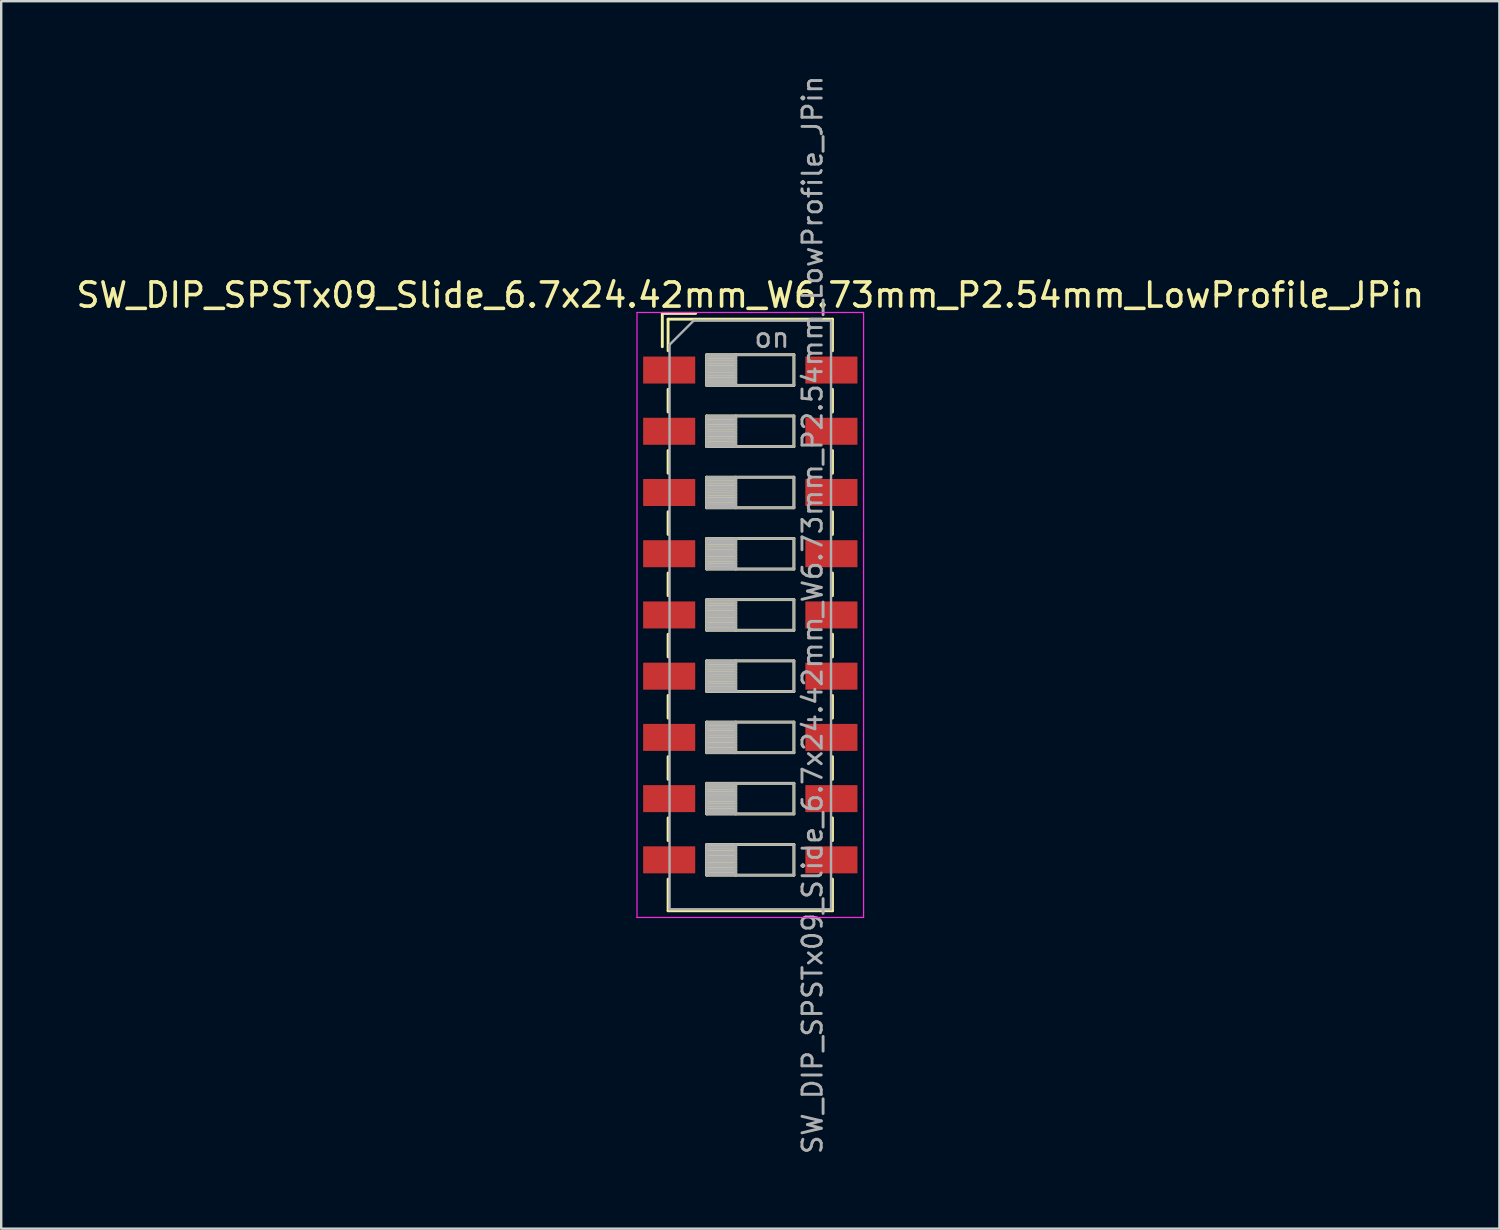
<source format=kicad_pcb>
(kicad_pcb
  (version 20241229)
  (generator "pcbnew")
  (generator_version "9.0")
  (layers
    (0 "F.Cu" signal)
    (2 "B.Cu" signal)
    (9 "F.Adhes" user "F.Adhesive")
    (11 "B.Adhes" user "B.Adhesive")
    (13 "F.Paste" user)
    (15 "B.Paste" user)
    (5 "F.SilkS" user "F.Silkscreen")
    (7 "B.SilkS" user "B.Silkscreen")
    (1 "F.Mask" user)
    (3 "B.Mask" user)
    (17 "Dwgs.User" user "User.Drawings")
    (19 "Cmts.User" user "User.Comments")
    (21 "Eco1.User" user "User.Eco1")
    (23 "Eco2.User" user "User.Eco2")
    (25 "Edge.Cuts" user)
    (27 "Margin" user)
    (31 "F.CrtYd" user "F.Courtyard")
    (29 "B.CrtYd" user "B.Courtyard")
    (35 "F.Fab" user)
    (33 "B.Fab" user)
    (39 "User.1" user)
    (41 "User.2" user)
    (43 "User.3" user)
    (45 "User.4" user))
  (footprint "SW_DIP_SPSTx09_Slide_6.7x24.42mm_W6.73mm_P2.54mm_LowProfile_JPin"
    (layer "F.Cu")
    (at 28.077 22.462)
    (property "Reference" "SW_DIP_SPSTx09_Slide_6.7x24.42mm_W6.73mm_P2.54mm_LowProfile_JPin" (at 0 -13.27 0) (layer "F.SilkS") (effects (font (size 1 1) (thickness 0.15))))
    (attr smd)
    (fp_line (start -3.65 -12.51) (end -3.65 -11.127) (stroke (width 0.12) (type solid)) (layer "F.SilkS"))
    (fp_line (start -3.65 -12.51) (end -2.267 -12.51) (stroke (width 0.12) (type solid)) (layer "F.SilkS"))
    (fp_line (start -3.41 -12.27) (end -3.41 -10.96) (stroke (width 0.12) (type solid)) (layer "F.SilkS"))
    (fp_line (start -3.41 -12.27) (end 3.41 -12.27) (stroke (width 0.12) (type solid)) (layer "F.SilkS"))
    (fp_line (start -3.41 -9.36) (end -3.41 -8.42) (stroke (width 0.12) (type solid)) (layer "F.SilkS"))
    (fp_line (start -3.41 -6.82) (end -3.41 -5.88) (stroke (width 0.12) (type solid)) (layer "F.SilkS"))
    (fp_line (start -3.41 -4.28) (end -3.41 -3.34) (stroke (width 0.12) (type solid)) (layer "F.SilkS"))
    (fp_line (start -3.41 -1.74) (end -3.41 -0.8) (stroke (width 0.12) (type solid)) (layer "F.SilkS"))
    (fp_line (start -3.41 0.8) (end -3.41 1.74) (stroke (width 0.12) (type solid)) (layer "F.SilkS"))
    (fp_line (start -3.41 3.34) (end -3.41 4.28) (stroke (width 0.12) (type solid)) (layer "F.SilkS"))
    (fp_line (start -3.41 5.88) (end -3.41 6.82) (stroke (width 0.12) (type solid)) (layer "F.SilkS"))
    (fp_line (start -3.41 8.42) (end -3.41 9.36) (stroke (width 0.12) (type solid)) (layer "F.SilkS"))
    (fp_line (start -3.41 10.96) (end -3.41 12.271) (stroke (width 0.12) (type solid)) (layer "F.SilkS"))
    (fp_line (start -3.41 12.271) (end 3.41 12.271) (stroke (width 0.12) (type solid)) (layer "F.SilkS"))
    (fp_line (start -1.81 -10.795) (end -1.81 -9.525) (stroke (width 0.12) (type solid)) (layer "F.SilkS"))
    (fp_line (start -1.81 -10.675) (end -0.603 -10.675) (stroke (width 0.12) (type solid)) (layer "F.SilkS"))
    (fp_line (start -1.81 -10.555) (end -0.603 -10.555) (stroke (width 0.12) (type solid)) (layer "F.SilkS"))
    (fp_line (start -1.81 -10.435) (end -0.603 -10.435) (stroke (width 0.12) (type solid)) (layer "F.SilkS"))
    (fp_line (start -1.81 -10.315) (end -0.603 -10.315) (stroke (width 0.12) (type solid)) (layer "F.SilkS"))
    (fp_line (start -1.81 -10.195) (end -0.603 -10.195) (stroke (width 0.12) (type solid)) (layer "F.SilkS"))
    (fp_line (start -1.81 -10.075) (end -0.603 -10.075) (stroke (width 0.12) (type solid)) (layer "F.SilkS"))
    (fp_line (start -1.81 -9.955) (end -0.603 -9.955) (stroke (width 0.12) (type solid)) (layer "F.SilkS"))
    (fp_line (start -1.81 -9.835) (end -0.603 -9.835) (stroke (width 0.12) (type solid)) (layer "F.SilkS"))
    (fp_line (start -1.81 -9.715) (end -0.603 -9.715) (stroke (width 0.12) (type solid)) (layer "F.SilkS"))
    (fp_line (start -1.81 -9.595) (end -0.603 -9.595) (stroke (width 0.12) (type solid)) (layer "F.SilkS"))
    (fp_line (start -1.81 -9.525) (end 1.81 -9.525) (stroke (width 0.12) (type solid)) (layer "F.SilkS"))
    (fp_line (start -1.81 -8.255) (end -1.81 -6.985) (stroke (width 0.12) (type solid)) (layer "F.SilkS"))
    (fp_line (start -1.81 -8.135) (end -0.603 -8.135) (stroke (width 0.12) (type solid)) (layer "F.SilkS"))
    (fp_line (start -1.81 -8.015) (end -0.603 -8.015) (stroke (width 0.12) (type solid)) (layer "F.SilkS"))
    (fp_line (start -1.81 -7.895) (end -0.603 -7.895) (stroke (width 0.12) (type solid)) (layer "F.SilkS"))
    (fp_line (start -1.81 -7.775) (end -0.603 -7.775) (stroke (width 0.12) (type solid)) (layer "F.SilkS"))
    (fp_line (start -1.81 -7.655) (end -0.603 -7.655) (stroke (width 0.12) (type solid)) (layer "F.SilkS"))
    (fp_line (start -1.81 -7.535) (end -0.603 -7.535) (stroke (width 0.12) (type solid)) (layer "F.SilkS"))
    (fp_line (start -1.81 -7.415) (end -0.603 -7.415) (stroke (width 0.12) (type solid)) (layer "F.SilkS"))
    (fp_line (start -1.81 -7.295) (end -0.603 -7.295) (stroke (width 0.12) (type solid)) (layer "F.SilkS"))
    (fp_line (start -1.81 -7.175) (end -0.603 -7.175) (stroke (width 0.12) (type solid)) (layer "F.SilkS"))
    (fp_line (start -1.81 -7.055) (end -0.603 -7.055) (stroke (width 0.12) (type solid)) (layer "F.SilkS"))
    (fp_line (start -1.81 -6.985) (end 1.81 -6.985) (stroke (width 0.12) (type solid)) (layer "F.SilkS"))
    (fp_line (start -1.81 -5.715) (end -1.81 -4.445) (stroke (width 0.12) (type solid)) (layer "F.SilkS"))
    (fp_line (start -1.81 -5.595) (end -0.603 -5.595) (stroke (width 0.12) (type solid)) (layer "F.SilkS"))
    (fp_line (start -1.81 -5.475) (end -0.603 -5.475) (stroke (width 0.12) (type solid)) (layer "F.SilkS"))
    (fp_line (start -1.81 -5.355) (end -0.603 -5.355) (stroke (width 0.12) (type solid)) (layer "F.SilkS"))
    (fp_line (start -1.81 -5.235) (end -0.603 -5.235) (stroke (width 0.12) (type solid)) (layer "F.SilkS"))
    (fp_line (start -1.81 -5.115) (end -0.603 -5.115) (stroke (width 0.12) (type solid)) (layer "F.SilkS"))
    (fp_line (start -1.81 -4.995) (end -0.603 -4.995) (stroke (width 0.12) (type solid)) (layer "F.SilkS"))
    (fp_line (start -1.81 -4.875) (end -0.603 -4.875) (stroke (width 0.12) (type solid)) (layer "F.SilkS"))
    (fp_line (start -1.81 -4.755) (end -0.603 -4.755) (stroke (width 0.12) (type solid)) (layer "F.SilkS"))
    (fp_line (start -1.81 -4.635) (end -0.603 -4.635) (stroke (width 0.12) (type solid)) (layer "F.SilkS"))
    (fp_line (start -1.81 -4.515) (end -0.603 -4.515) (stroke (width 0.12) (type solid)) (layer "F.SilkS"))
    (fp_line (start -1.81 -4.445) (end 1.81 -4.445) (stroke (width 0.12) (type solid)) (layer "F.SilkS"))
    (fp_line (start -1.81 -3.175) (end -1.81 -1.905) (stroke (width 0.12) (type solid)) (layer "F.SilkS"))
    (fp_line (start -1.81 -3.055) (end -0.603 -3.055) (stroke (width 0.12) (type solid)) (layer "F.SilkS"))
    (fp_line (start -1.81 -2.935) (end -0.603 -2.935) (stroke (width 0.12) (type solid)) (layer "F.SilkS"))
    (fp_line (start -1.81 -2.815) (end -0.603 -2.815) (stroke (width 0.12) (type solid)) (layer "F.SilkS"))
    (fp_line (start -1.81 -2.695) (end -0.603 -2.695) (stroke (width 0.12) (type solid)) (layer "F.SilkS"))
    (fp_line (start -1.81 -2.575) (end -0.603 -2.575) (stroke (width 0.12) (type solid)) (layer "F.SilkS"))
    (fp_line (start -1.81 -2.455) (end -0.603 -2.455) (stroke (width 0.12) (type solid)) (layer "F.SilkS"))
    (fp_line (start -1.81 -2.335) (end -0.603 -2.335) (stroke (width 0.12) (type solid)) (layer "F.SilkS"))
    (fp_line (start -1.81 -2.215) (end -0.603 -2.215) (stroke (width 0.12) (type solid)) (layer "F.SilkS"))
    (fp_line (start -1.81 -2.095) (end -0.603 -2.095) (stroke (width 0.12) (type solid)) (layer "F.SilkS"))
    (fp_line (start -1.81 -1.975) (end -0.603 -1.975) (stroke (width 0.12) (type solid)) (layer "F.SilkS"))
    (fp_line (start -1.81 -1.905) (end 1.81 -1.905) (stroke (width 0.12) (type solid)) (layer "F.SilkS"))
    (fp_line (start -1.81 -0.635) (end -1.81 0.635) (stroke (width 0.12) (type solid)) (layer "F.SilkS"))
    (fp_line (start -1.81 -0.515) (end -0.603 -0.515) (stroke (width 0.12) (type solid)) (layer "F.SilkS"))
    (fp_line (start -1.81 -0.395) (end -0.603 -0.395) (stroke (width 0.12) (type solid)) (layer "F.SilkS"))
    (fp_line (start -1.81 -0.275) (end -0.603 -0.275) (stroke (width 0.12) (type solid)) (layer "F.SilkS"))
    (fp_line (start -1.81 -0.155) (end -0.603 -0.155) (stroke (width 0.12) (type solid)) (layer "F.SilkS"))
    (fp_line (start -1.81 -0.035) (end -0.603 -0.035) (stroke (width 0.12) (type solid)) (layer "F.SilkS"))
    (fp_line (start -1.81 0.085) (end -0.603 0.085) (stroke (width 0.12) (type solid)) (layer "F.SilkS"))
    (fp_line (start -1.81 0.205) (end -0.603 0.205) (stroke (width 0.12) (type solid)) (layer "F.SilkS"))
    (fp_line (start -1.81 0.325) (end -0.603 0.325) (stroke (width 0.12) (type solid)) (layer "F.SilkS"))
    (fp_line (start -1.81 0.445) (end -0.603 0.445) (stroke (width 0.12) (type solid)) (layer "F.SilkS"))
    (fp_line (start -1.81 0.565) (end -0.603 0.565) (stroke (width 0.12) (type solid)) (layer "F.SilkS"))
    (fp_line (start -1.81 0.635) (end 1.81 0.635) (stroke (width 0.12) (type solid)) (layer "F.SilkS"))
    (fp_line (start -1.81 1.905) (end -1.81 3.175) (stroke (width 0.12) (type solid)) (layer "F.SilkS"))
    (fp_line (start -1.81 2.025) (end -0.603 2.025) (stroke (width 0.12) (type solid)) (layer "F.SilkS"))
    (fp_line (start -1.81 2.145) (end -0.603 2.145) (stroke (width 0.12) (type solid)) (layer "F.SilkS"))
    (fp_line (start -1.81 2.265) (end -0.603 2.265) (stroke (width 0.12) (type solid)) (layer "F.SilkS"))
    (fp_line (start -1.81 2.385) (end -0.603 2.385) (stroke (width 0.12) (type solid)) (layer "F.SilkS"))
    (fp_line (start -1.81 2.505) (end -0.603 2.505) (stroke (width 0.12) (type solid)) (layer "F.SilkS"))
    (fp_line (start -1.81 2.625) (end -0.603 2.625) (stroke (width 0.12) (type solid)) (layer "F.SilkS"))
    (fp_line (start -1.81 2.745) (end -0.603 2.745) (stroke (width 0.12) (type solid)) (layer "F.SilkS"))
    (fp_line (start -1.81 2.865) (end -0.603 2.865) (stroke (width 0.12) (type solid)) (layer "F.SilkS"))
    (fp_line (start -1.81 2.985) (end -0.603 2.985) (stroke (width 0.12) (type solid)) (layer "F.SilkS"))
    (fp_line (start -1.81 3.105) (end -0.603 3.105) (stroke (width 0.12) (type solid)) (layer "F.SilkS"))
    (fp_line (start -1.81 3.175) (end 1.81 3.175) (stroke (width 0.12) (type solid)) (layer "F.SilkS"))
    (fp_line (start -1.81 4.445) (end -1.81 5.715) (stroke (width 0.12) (type solid)) (layer "F.SilkS"))
    (fp_line (start -1.81 4.565) (end -0.603 4.565) (stroke (width 0.12) (type solid)) (layer "F.SilkS"))
    (fp_line (start -1.81 4.685) (end -0.603 4.685) (stroke (width 0.12) (type solid)) (layer "F.SilkS"))
    (fp_line (start -1.81 4.805) (end -0.603 4.805) (stroke (width 0.12) (type solid)) (layer "F.SilkS"))
    (fp_line (start -1.81 4.925) (end -0.603 4.925) (stroke (width 0.12) (type solid)) (layer "F.SilkS"))
    (fp_line (start -1.81 5.045) (end -0.603 5.045) (stroke (width 0.12) (type solid)) (layer "F.SilkS"))
    (fp_line (start -1.81 5.165) (end -0.603 5.165) (stroke (width 0.12) (type solid)) (layer "F.SilkS"))
    (fp_line (start -1.81 5.285) (end -0.603 5.285) (stroke (width 0.12) (type solid)) (layer "F.SilkS"))
    (fp_line (start -1.81 5.405) (end -0.603 5.405) (stroke (width 0.12) (type solid)) (layer "F.SilkS"))
    (fp_line (start -1.81 5.525) (end -0.603 5.525) (stroke (width 0.12) (type solid)) (layer "F.SilkS"))
    (fp_line (start -1.81 5.645) (end -0.603 5.645) (stroke (width 0.12) (type solid)) (layer "F.SilkS"))
    (fp_line (start -1.81 5.715) (end 1.81 5.715) (stroke (width 0.12) (type solid)) (layer "F.SilkS"))
    (fp_line (start -1.81 6.985) (end -1.81 8.255) (stroke (width 0.12) (type solid)) (layer "F.SilkS"))
    (fp_line (start -1.81 7.105) (end -0.603 7.105) (stroke (width 0.12) (type solid)) (layer "F.SilkS"))
    (fp_line (start -1.81 7.225) (end -0.603 7.225) (stroke (width 0.12) (type solid)) (layer "F.SilkS"))
    (fp_line (start -1.81 7.345) (end -0.603 7.345) (stroke (width 0.12) (type solid)) (layer "F.SilkS"))
    (fp_line (start -1.81 7.465) (end -0.603 7.465) (stroke (width 0.12) (type solid)) (layer "F.SilkS"))
    (fp_line (start -1.81 7.585) (end -0.603 7.585) (stroke (width 0.12) (type solid)) (layer "F.SilkS"))
    (fp_line (start -1.81 7.705) (end -0.603 7.705) (stroke (width 0.12) (type solid)) (layer "F.SilkS"))
    (fp_line (start -1.81 7.825) (end -0.603 7.825) (stroke (width 0.12) (type solid)) (layer "F.SilkS"))
    (fp_line (start -1.81 7.945) (end -0.603 7.945) (stroke (width 0.12) (type solid)) (layer "F.SilkS"))
    (fp_line (start -1.81 8.065) (end -0.603 8.065) (stroke (width 0.12) (type solid)) (layer "F.SilkS"))
    (fp_line (start -1.81 8.185) (end -0.603 8.185) (stroke (width 0.12) (type solid)) (layer "F.SilkS"))
    (fp_line (start -1.81 8.255) (end 1.81 8.255) (stroke (width 0.12) (type solid)) (layer "F.SilkS"))
    (fp_line (start -1.81 9.525) (end -1.81 10.795) (stroke (width 0.12) (type solid)) (layer "F.SilkS"))
    (fp_line (start -1.81 9.645) (end -0.603 9.645) (stroke (width 0.12) (type solid)) (layer "F.SilkS"))
    (fp_line (start -1.81 9.765) (end -0.603 9.765) (stroke (width 0.12) (type solid)) (layer "F.SilkS"))
    (fp_line (start -1.81 9.885) (end -0.603 9.885) (stroke (width 0.12) (type solid)) (layer "F.SilkS"))
    (fp_line (start -1.81 10.005) (end -0.603 10.005) (stroke (width 0.12) (type solid)) (layer "F.SilkS"))
    (fp_line (start -1.81 10.125) (end -0.603 10.125) (stroke (width 0.12) (type solid)) (layer "F.SilkS"))
    (fp_line (start -1.81 10.245) (end -0.603 10.245) (stroke (width 0.12) (type solid)) (layer "F.SilkS"))
    (fp_line (start -1.81 10.365) (end -0.603 10.365) (stroke (width 0.12) (type solid)) (layer "F.SilkS"))
    (fp_line (start -1.81 10.485) (end -0.603 10.485) (stroke (width 0.12) (type solid)) (layer "F.SilkS"))
    (fp_line (start -1.81 10.605) (end -0.603 10.605) (stroke (width 0.12) (type solid)) (layer "F.SilkS"))
    (fp_line (start -1.81 10.725) (end -0.603 10.725) (stroke (width 0.12) (type solid)) (layer "F.SilkS"))
    (fp_line (start -1.81 10.795) (end 1.81 10.795) (stroke (width 0.12) (type solid)) (layer "F.SilkS"))
    (fp_line (start -0.603 -10.795) (end -0.603 -9.525) (stroke (width 0.12) (type solid)) (layer "F.SilkS"))
    (fp_line (start -0.603 -8.255) (end -0.603 -6.985) (stroke (width 0.12) (type solid)) (layer "F.SilkS"))
    (fp_line (start -0.603 -5.715) (end -0.603 -4.445) (stroke (width 0.12) (type solid)) (layer "F.SilkS"))
    (fp_line (start -0.603 -3.175) (end -0.603 -1.905) (stroke (width 0.12) (type solid)) (layer "F.SilkS"))
    (fp_line (start -0.603 -0.635) (end -0.603 0.635) (stroke (width 0.12) (type solid)) (layer "F.SilkS"))
    (fp_line (start -0.603 1.905) (end -0.603 3.175) (stroke (width 0.12) (type solid)) (layer "F.SilkS"))
    (fp_line (start -0.603 4.445) (end -0.603 5.715) (stroke (width 0.12) (type solid)) (layer "F.SilkS"))
    (fp_line (start -0.603 6.985) (end -0.603 8.255) (stroke (width 0.12) (type solid)) (layer "F.SilkS"))
    (fp_line (start -0.603 9.525) (end -0.603 10.795) (stroke (width 0.12) (type solid)) (layer "F.SilkS"))
    (fp_line (start 1.81 -10.795) (end -1.81 -10.795) (stroke (width 0.12) (type solid)) (layer "F.SilkS"))
    (fp_line (start 1.81 -9.525) (end 1.81 -10.795) (stroke (width 0.12) (type solid)) (layer "F.SilkS"))
    (fp_line (start 1.81 -8.255) (end -1.81 -8.255) (stroke (width 0.12) (type solid)) (layer "F.SilkS"))
    (fp_line (start 1.81 -6.985) (end 1.81 -8.255) (stroke (width 0.12) (type solid)) (layer "F.SilkS"))
    (fp_line (start 1.81 -5.715) (end -1.81 -5.715) (stroke (width 0.12) (type solid)) (layer "F.SilkS"))
    (fp_line (start 1.81 -4.445) (end 1.81 -5.715) (stroke (width 0.12) (type solid)) (layer "F.SilkS"))
    (fp_line (start 1.81 -3.175) (end -1.81 -3.175) (stroke (width 0.12) (type solid)) (layer "F.SilkS"))
    (fp_line (start 1.81 -1.905) (end 1.81 -3.175) (stroke (width 0.12) (type solid)) (layer "F.SilkS"))
    (fp_line (start 1.81 -0.635) (end -1.81 -0.635) (stroke (width 0.12) (type solid)) (layer "F.SilkS"))
    (fp_line (start 1.81 0.635) (end 1.81 -0.635) (stroke (width 0.12) (type solid)) (layer "F.SilkS"))
    (fp_line (start 1.81 1.905) (end -1.81 1.905) (stroke (width 0.12) (type solid)) (layer "F.SilkS"))
    (fp_line (start 1.81 3.175) (end 1.81 1.905) (stroke (width 0.12) (type solid)) (layer "F.SilkS"))
    (fp_line (start 1.81 4.445) (end -1.81 4.445) (stroke (width 0.12) (type solid)) (layer "F.SilkS"))
    (fp_line (start 1.81 5.715) (end 1.81 4.445) (stroke (width 0.12) (type solid)) (layer "F.SilkS"))
    (fp_line (start 1.81 6.985) (end -1.81 6.985) (stroke (width 0.12) (type solid)) (layer "F.SilkS"))
    (fp_line (start 1.81 8.255) (end 1.81 6.985) (stroke (width 0.12) (type solid)) (layer "F.SilkS"))
    (fp_line (start 1.81 9.525) (end -1.81 9.525) (stroke (width 0.12) (type solid)) (layer "F.SilkS"))
    (fp_line (start 1.81 10.795) (end 1.81 9.525) (stroke (width 0.12) (type solid)) (layer "F.SilkS"))
    (fp_line (start 3.41 -12.27) (end 3.41 -10.96) (stroke (width 0.12) (type solid)) (layer "F.SilkS"))
    (fp_line (start 3.41 -9.359) (end 3.41 -8.419) (stroke (width 0.12) (type solid)) (layer "F.SilkS"))
    (fp_line (start 3.41 -6.819) (end 3.41 -5.879) (stroke (width 0.12) (type solid)) (layer "F.SilkS"))
    (fp_line (start 3.41 -4.279) (end 3.41 -3.339) (stroke (width 0.12) (type solid)) (layer "F.SilkS"))
    (fp_line (start 3.41 -1.739) (end 3.41 -0.799) (stroke (width 0.12) (type solid)) (layer "F.SilkS"))
    (fp_line (start 3.41 0.801) (end 3.41 1.741) (stroke (width 0.12) (type solid)) (layer "F.SilkS"))
    (fp_line (start 3.41 3.341) (end 3.41 4.281) (stroke (width 0.12) (type solid)) (layer "F.SilkS"))
    (fp_line (start 3.41 5.881) (end 3.41 6.82) (stroke (width 0.12) (type solid)) (layer "F.SilkS"))
    (fp_line (start 3.41 8.42) (end 3.41 9.36) (stroke (width 0.12) (type solid)) (layer "F.SilkS"))
    (fp_line (start 3.41 10.96) (end 3.41 12.271) (stroke (width 0.12) (type solid)) (layer "F.SilkS"))
    (fp_line (start -4.7 -12.55) (end -4.7 12.55) (stroke (width 0.05) (type solid)) (layer "F.CrtYd"))
    (fp_line (start -4.7 12.55) (end 4.7 12.55) (stroke (width 0.05) (type solid)) (layer "F.CrtYd"))
    (fp_line (start 4.7 -12.55) (end -4.7 -12.55) (stroke (width 0.05) (type solid)) (layer "F.CrtYd"))
    (fp_line (start 4.7 12.55) (end 4.7 -12.55) (stroke (width 0.05) (type solid)) (layer "F.CrtYd"))
    (fp_line (start -3.35 -11.21) (end -2.35 -12.21) (stroke (width 0.1) (type solid)) (layer "F.Fab"))
    (fp_line (start -3.35 12.21) (end -3.35 -11.21) (stroke (width 0.1) (type solid)) (layer "F.Fab"))
    (fp_line (start -2.35 -12.21) (end 3.35 -12.21) (stroke (width 0.1) (type solid)) (layer "F.Fab"))
    (fp_line (start -1.81 -10.795) (end -1.81 -9.525) (stroke (width 0.1) (type solid)) (layer "F.Fab"))
    (fp_line (start -1.81 -10.695) (end -0.603 -10.695) (stroke (width 0.1) (type solid)) (layer "F.Fab"))
    (fp_line (start -1.81 -10.595) (end -0.603 -10.595) (stroke (width 0.1) (type solid)) (layer "F.Fab"))
    (fp_line (start -1.81 -10.495) (end -0.603 -10.495) (stroke (width 0.1) (type solid)) (layer "F.Fab"))
    (fp_line (start -1.81 -10.395) (end -0.603 -10.395) (stroke (width 0.1) (type solid)) (layer "F.Fab"))
    (fp_line (start -1.81 -10.295) (end -0.603 -10.295) (stroke (width 0.1) (type solid)) (layer "F.Fab"))
    (fp_line (start -1.81 -10.195) (end -0.603 -10.195) (stroke (width 0.1) (type solid)) (layer "F.Fab"))
    (fp_line (start -1.81 -10.095) (end -0.603 -10.095) (stroke (width 0.1) (type solid)) (layer "F.Fab"))
    (fp_line (start -1.81 -9.995) (end -0.603 -9.995) (stroke (width 0.1) (type solid)) (layer "F.Fab"))
    (fp_line (start -1.81 -9.895) (end -0.603 -9.895) (stroke (width 0.1) (type solid)) (layer "F.Fab"))
    (fp_line (start -1.81 -9.795) (end -0.603 -9.795) (stroke (width 0.1) (type solid)) (layer "F.Fab"))
    (fp_line (start -1.81 -9.695) (end -0.603 -9.695) (stroke (width 0.1) (type solid)) (layer "F.Fab"))
    (fp_line (start -1.81 -9.595) (end -0.603 -9.595) (stroke (width 0.1) (type solid)) (layer "F.Fab"))
    (fp_line (start -1.81 -9.525) (end 1.81 -9.525) (stroke (width 0.1) (type solid)) (layer "F.Fab"))
    (fp_line (start -1.81 -8.255) (end -1.81 -6.985) (stroke (width 0.1) (type solid)) (layer "F.Fab"))
    (fp_line (start -1.81 -8.155) (end -0.603 -8.155) (stroke (width 0.1) (type solid)) (layer "F.Fab"))
    (fp_line (start -1.81 -8.055) (end -0.603 -8.055) (stroke (width 0.1) (type solid)) (layer "F.Fab"))
    (fp_line (start -1.81 -7.955) (end -0.603 -7.955) (stroke (width 0.1) (type solid)) (layer "F.Fab"))
    (fp_line (start -1.81 -7.855) (end -0.603 -7.855) (stroke (width 0.1) (type solid)) (layer "F.Fab"))
    (fp_line (start -1.81 -7.755) (end -0.603 -7.755) (stroke (width 0.1) (type solid)) (layer "F.Fab"))
    (fp_line (start -1.81 -7.655) (end -0.603 -7.655) (stroke (width 0.1) (type solid)) (layer "F.Fab"))
    (fp_line (start -1.81 -7.555) (end -0.603 -7.555) (stroke (width 0.1) (type solid)) (layer "F.Fab"))
    (fp_line (start -1.81 -7.455) (end -0.603 -7.455) (stroke (width 0.1) (type solid)) (layer "F.Fab"))
    (fp_line (start -1.81 -7.355) (end -0.603 -7.355) (stroke (width 0.1) (type solid)) (layer "F.Fab"))
    (fp_line (start -1.81 -7.255) (end -0.603 -7.255) (stroke (width 0.1) (type solid)) (layer "F.Fab"))
    (fp_line (start -1.81 -7.155) (end -0.603 -7.155) (stroke (width 0.1) (type solid)) (layer "F.Fab"))
    (fp_line (start -1.81 -7.055) (end -0.603 -7.055) (stroke (width 0.1) (type solid)) (layer "F.Fab"))
    (fp_line (start -1.81 -6.985) (end 1.81 -6.985) (stroke (width 0.1) (type solid)) (layer "F.Fab"))
    (fp_line (start -1.81 -5.715) (end -1.81 -4.445) (stroke (width 0.1) (type solid)) (layer "F.Fab"))
    (fp_line (start -1.81 -5.615) (end -0.603 -5.615) (stroke (width 0.1) (type solid)) (layer "F.Fab"))
    (fp_line (start -1.81 -5.515) (end -0.603 -5.515) (stroke (width 0.1) (type solid)) (layer "F.Fab"))
    (fp_line (start -1.81 -5.415) (end -0.603 -5.415) (stroke (width 0.1) (type solid)) (layer "F.Fab"))
    (fp_line (start -1.81 -5.315) (end -0.603 -5.315) (stroke (width 0.1) (type solid)) (layer "F.Fab"))
    (fp_line (start -1.81 -5.215) (end -0.603 -5.215) (stroke (width 0.1) (type solid)) (layer "F.Fab"))
    (fp_line (start -1.81 -5.115) (end -0.603 -5.115) (stroke (width 0.1) (type solid)) (layer "F.Fab"))
    (fp_line (start -1.81 -5.015) (end -0.603 -5.015) (stroke (width 0.1) (type solid)) (layer "F.Fab"))
    (fp_line (start -1.81 -4.915) (end -0.603 -4.915) (stroke (width 0.1) (type solid)) (layer "F.Fab"))
    (fp_line (start -1.81 -4.815) (end -0.603 -4.815) (stroke (width 0.1) (type solid)) (layer "F.Fab"))
    (fp_line (start -1.81 -4.715) (end -0.603 -4.715) (stroke (width 0.1) (type solid)) (layer "F.Fab"))
    (fp_line (start -1.81 -4.615) (end -0.603 -4.615) (stroke (width 0.1) (type solid)) (layer "F.Fab"))
    (fp_line (start -1.81 -4.515) (end -0.603 -4.515) (stroke (width 0.1) (type solid)) (layer "F.Fab"))
    (fp_line (start -1.81 -4.445) (end 1.81 -4.445) (stroke (width 0.1) (type solid)) (layer "F.Fab"))
    (fp_line (start -1.81 -3.175) (end -1.81 -1.905) (stroke (width 0.1) (type solid)) (layer "F.Fab"))
    (fp_line (start -1.81 -3.075) (end -0.603 -3.075) (stroke (width 0.1) (type solid)) (layer "F.Fab"))
    (fp_line (start -1.81 -2.975) (end -0.603 -2.975) (stroke (width 0.1) (type solid)) (layer "F.Fab"))
    (fp_line (start -1.81 -2.875) (end -0.603 -2.875) (stroke (width 0.1) (type solid)) (layer "F.Fab"))
    (fp_line (start -1.81 -2.775) (end -0.603 -2.775) (stroke (width 0.1) (type solid)) (layer "F.Fab"))
    (fp_line (start -1.81 -2.675) (end -0.603 -2.675) (stroke (width 0.1) (type solid)) (layer "F.Fab"))
    (fp_line (start -1.81 -2.575) (end -0.603 -2.575) (stroke (width 0.1) (type solid)) (layer "F.Fab"))
    (fp_line (start -1.81 -2.475) (end -0.603 -2.475) (stroke (width 0.1) (type solid)) (layer "F.Fab"))
    (fp_line (start -1.81 -2.375) (end -0.603 -2.375) (stroke (width 0.1) (type solid)) (layer "F.Fab"))
    (fp_line (start -1.81 -2.275) (end -0.603 -2.275) (stroke (width 0.1) (type solid)) (layer "F.Fab"))
    (fp_line (start -1.81 -2.175) (end -0.603 -2.175) (stroke (width 0.1) (type solid)) (layer "F.Fab"))
    (fp_line (start -1.81 -2.075) (end -0.603 -2.075) (stroke (width 0.1) (type solid)) (layer "F.Fab"))
    (fp_line (start -1.81 -1.975) (end -0.603 -1.975) (stroke (width 0.1) (type solid)) (layer "F.Fab"))
    (fp_line (start -1.81 -1.905) (end 1.81 -1.905) (stroke (width 0.1) (type solid)) (layer "F.Fab"))
    (fp_line (start -1.81 -0.635) (end -1.81 0.635) (stroke (width 0.1) (type solid)) (layer "F.Fab"))
    (fp_line (start -1.81 -0.535) (end -0.603 -0.535) (stroke (width 0.1) (type solid)) (layer "F.Fab"))
    (fp_line (start -1.81 -0.435) (end -0.603 -0.435) (stroke (width 0.1) (type solid)) (layer "F.Fab"))
    (fp_line (start -1.81 -0.335) (end -0.603 -0.335) (stroke (width 0.1) (type solid)) (layer "F.Fab"))
    (fp_line (start -1.81 -0.235) (end -0.603 -0.235) (stroke (width 0.1) (type solid)) (layer "F.Fab"))
    (fp_line (start -1.81 -0.135) (end -0.603 -0.135) (stroke (width 0.1) (type solid)) (layer "F.Fab"))
    (fp_line (start -1.81 -0.035) (end -0.603 -0.035) (stroke (width 0.1) (type solid)) (layer "F.Fab"))
    (fp_line (start -1.81 0.065) (end -0.603 0.065) (stroke (width 0.1) (type solid)) (layer "F.Fab"))
    (fp_line (start -1.81 0.165) (end -0.603 0.165) (stroke (width 0.1) (type solid)) (layer "F.Fab"))
    (fp_line (start -1.81 0.265) (end -0.603 0.265) (stroke (width 0.1) (type solid)) (layer "F.Fab"))
    (fp_line (start -1.81 0.365) (end -0.603 0.365) (stroke (width 0.1) (type solid)) (layer "F.Fab"))
    (fp_line (start -1.81 0.465) (end -0.603 0.465) (stroke (width 0.1) (type solid)) (layer "F.Fab"))
    (fp_line (start -1.81 0.565) (end -0.603 0.565) (stroke (width 0.1) (type solid)) (layer "F.Fab"))
    (fp_line (start -1.81 0.635) (end 1.81 0.635) (stroke (width 0.1) (type solid)) (layer "F.Fab"))
    (fp_line (start -1.81 1.905) (end -1.81 3.175) (stroke (width 0.1) (type solid)) (layer "F.Fab"))
    (fp_line (start -1.81 2.005) (end -0.603 2.005) (stroke (width 0.1) (type solid)) (layer "F.Fab"))
    (fp_line (start -1.81 2.105) (end -0.603 2.105) (stroke (width 0.1) (type solid)) (layer "F.Fab"))
    (fp_line (start -1.81 2.205) (end -0.603 2.205) (stroke (width 0.1) (type solid)) (layer "F.Fab"))
    (fp_line (start -1.81 2.305) (end -0.603 2.305) (stroke (width 0.1) (type solid)) (layer "F.Fab"))
    (fp_line (start -1.81 2.405) (end -0.603 2.405) (stroke (width 0.1) (type solid)) (layer "F.Fab"))
    (fp_line (start -1.81 2.505) (end -0.603 2.505) (stroke (width 0.1) (type solid)) (layer "F.Fab"))
    (fp_line (start -1.81 2.605) (end -0.603 2.605) (stroke (width 0.1) (type solid)) (layer "F.Fab"))
    (fp_line (start -1.81 2.705) (end -0.603 2.705) (stroke (width 0.1) (type solid)) (layer "F.Fab"))
    (fp_line (start -1.81 2.805) (end -0.603 2.805) (stroke (width 0.1) (type solid)) (layer "F.Fab"))
    (fp_line (start -1.81 2.905) (end -0.603 2.905) (stroke (width 0.1) (type solid)) (layer "F.Fab"))
    (fp_line (start -1.81 3.005) (end -0.603 3.005) (stroke (width 0.1) (type solid)) (layer "F.Fab"))
    (fp_line (start -1.81 3.105) (end -0.603 3.105) (stroke (width 0.1) (type solid)) (layer "F.Fab"))
    (fp_line (start -1.81 3.175) (end 1.81 3.175) (stroke (width 0.1) (type solid)) (layer "F.Fab"))
    (fp_line (start -1.81 4.445) (end -1.81 5.715) (stroke (width 0.1) (type solid)) (layer "F.Fab"))
    (fp_line (start -1.81 4.545) (end -0.603 4.545) (stroke (width 0.1) (type solid)) (layer "F.Fab"))
    (fp_line (start -1.81 4.645) (end -0.603 4.645) (stroke (width 0.1) (type solid)) (layer "F.Fab"))
    (fp_line (start -1.81 4.745) (end -0.603 4.745) (stroke (width 0.1) (type solid)) (layer "F.Fab"))
    (fp_line (start -1.81 4.845) (end -0.603 4.845) (stroke (width 0.1) (type solid)) (layer "F.Fab"))
    (fp_line (start -1.81 4.945) (end -0.603 4.945) (stroke (width 0.1) (type solid)) (layer "F.Fab"))
    (fp_line (start -1.81 5.045) (end -0.603 5.045) (stroke (width 0.1) (type solid)) (layer "F.Fab"))
    (fp_line (start -1.81 5.145) (end -0.603 5.145) (stroke (width 0.1) (type solid)) (layer "F.Fab"))
    (fp_line (start -1.81 5.245) (end -0.603 5.245) (stroke (width 0.1) (type solid)) (layer "F.Fab"))
    (fp_line (start -1.81 5.345) (end -0.603 5.345) (stroke (width 0.1) (type solid)) (layer "F.Fab"))
    (fp_line (start -1.81 5.445) (end -0.603 5.445) (stroke (width 0.1) (type solid)) (layer "F.Fab"))
    (fp_line (start -1.81 5.545) (end -0.603 5.545) (stroke (width 0.1) (type solid)) (layer "F.Fab"))
    (fp_line (start -1.81 5.645) (end -0.603 5.645) (stroke (width 0.1) (type solid)) (layer "F.Fab"))
    (fp_line (start -1.81 5.715) (end 1.81 5.715) (stroke (width 0.1) (type solid)) (layer "F.Fab"))
    (fp_line (start -1.81 6.985) (end -1.81 8.255) (stroke (width 0.1) (type solid)) (layer "F.Fab"))
    (fp_line (start -1.81 7.085) (end -0.603 7.085) (stroke (width 0.1) (type solid)) (layer "F.Fab"))
    (fp_line (start -1.81 7.185) (end -0.603 7.185) (stroke (width 0.1) (type solid)) (layer "F.Fab"))
    (fp_line (start -1.81 7.285) (end -0.603 7.285) (stroke (width 0.1) (type solid)) (layer "F.Fab"))
    (fp_line (start -1.81 7.385) (end -0.603 7.385) (stroke (width 0.1) (type solid)) (layer "F.Fab"))
    (fp_line (start -1.81 7.485) (end -0.603 7.485) (stroke (width 0.1) (type solid)) (layer "F.Fab"))
    (fp_line (start -1.81 7.585) (end -0.603 7.585) (stroke (width 0.1) (type solid)) (layer "F.Fab"))
    (fp_line (start -1.81 7.685) (end -0.603 7.685) (stroke (width 0.1) (type solid)) (layer "F.Fab"))
    (fp_line (start -1.81 7.785) (end -0.603 7.785) (stroke (width 0.1) (type solid)) (layer "F.Fab"))
    (fp_line (start -1.81 7.885) (end -0.603 7.885) (stroke (width 0.1) (type solid)) (layer "F.Fab"))
    (fp_line (start -1.81 7.985) (end -0.603 7.985) (stroke (width 0.1) (type solid)) (layer "F.Fab"))
    (fp_line (start -1.81 8.085) (end -0.603 8.085) (stroke (width 0.1) (type solid)) (layer "F.Fab"))
    (fp_line (start -1.81 8.185) (end -0.603 8.185) (stroke (width 0.1) (type solid)) (layer "F.Fab"))
    (fp_line (start -1.81 8.255) (end 1.81 8.255) (stroke (width 0.1) (type solid)) (layer "F.Fab"))
    (fp_line (start -1.81 9.525) (end -1.81 10.795) (stroke (width 0.1) (type solid)) (layer "F.Fab"))
    (fp_line (start -1.81 9.625) (end -0.603 9.625) (stroke (width 0.1) (type solid)) (layer "F.Fab"))
    (fp_line (start -1.81 9.725) (end -0.603 9.725) (stroke (width 0.1) (type solid)) (layer "F.Fab"))
    (fp_line (start -1.81 9.825) (end -0.603 9.825) (stroke (width 0.1) (type solid)) (layer "F.Fab"))
    (fp_line (start -1.81 9.925) (end -0.603 9.925) (stroke (width 0.1) (type solid)) (layer "F.Fab"))
    (fp_line (start -1.81 10.025) (end -0.603 10.025) (stroke (width 0.1) (type solid)) (layer "F.Fab"))
    (fp_line (start -1.81 10.125) (end -0.603 10.125) (stroke (width 0.1) (type solid)) (layer "F.Fab"))
    (fp_line (start -1.81 10.225) (end -0.603 10.225) (stroke (width 0.1) (type solid)) (layer "F.Fab"))
    (fp_line (start -1.81 10.325) (end -0.603 10.325) (stroke (width 0.1) (type solid)) (layer "F.Fab"))
    (fp_line (start -1.81 10.425) (end -0.603 10.425) (stroke (width 0.1) (type solid)) (layer "F.Fab"))
    (fp_line (start -1.81 10.525) (end -0.603 10.525) (stroke (width 0.1) (type solid)) (layer "F.Fab"))
    (fp_line (start -1.81 10.625) (end -0.603 10.625) (stroke (width 0.1) (type solid)) (layer "F.Fab"))
    (fp_line (start -1.81 10.725) (end -0.603 10.725) (stroke (width 0.1) (type solid)) (layer "F.Fab"))
    (fp_line (start -1.81 10.795) (end 1.81 10.795) (stroke (width 0.1) (type solid)) (layer "F.Fab"))
    (fp_line (start -0.603 -10.795) (end -0.603 -9.525) (stroke (width 0.1) (type solid)) (layer "F.Fab"))
    (fp_line (start -0.603 -8.255) (end -0.603 -6.985) (stroke (width 0.1) (type solid)) (layer "F.Fab"))
    (fp_line (start -0.603 -5.715) (end -0.603 -4.445) (stroke (width 0.1) (type solid)) (layer "F.Fab"))
    (fp_line (start -0.603 -3.175) (end -0.603 -1.905) (stroke (width 0.1) (type solid)) (layer "F.Fab"))
    (fp_line (start -0.603 -0.635) (end -0.603 0.635) (stroke (width 0.1) (type solid)) (layer "F.Fab"))
    (fp_line (start -0.603 1.905) (end -0.603 3.175) (stroke (width 0.1) (type solid)) (layer "F.Fab"))
    (fp_line (start -0.603 4.445) (end -0.603 5.715) (stroke (width 0.1) (type solid)) (layer "F.Fab"))
    (fp_line (start -0.603 6.985) (end -0.603 8.255) (stroke (width 0.1) (type solid)) (layer "F.Fab"))
    (fp_line (start -0.603 9.525) (end -0.603 10.795) (stroke (width 0.1) (type solid)) (layer "F.Fab"))
    (fp_line (start 1.81 -10.795) (end -1.81 -10.795) (stroke (width 0.1) (type solid)) (layer "F.Fab"))
    (fp_line (start 1.81 -9.525) (end 1.81 -10.795) (stroke (width 0.1) (type solid)) (layer "F.Fab"))
    (fp_line (start 1.81 -8.255) (end -1.81 -8.255) (stroke (width 0.1) (type solid)) (layer "F.Fab"))
    (fp_line (start 1.81 -6.985) (end 1.81 -8.255) (stroke (width 0.1) (type solid)) (layer "F.Fab"))
    (fp_line (start 1.81 -5.715) (end -1.81 -5.715) (stroke (width 0.1) (type solid)) (layer "F.Fab"))
    (fp_line (start 1.81 -4.445) (end 1.81 -5.715) (stroke (width 0.1) (type solid)) (layer "F.Fab"))
    (fp_line (start 1.81 -3.175) (end -1.81 -3.175) (stroke (width 0.1) (type solid)) (layer "F.Fab"))
    (fp_line (start 1.81 -1.905) (end 1.81 -3.175) (stroke (width 0.1) (type solid)) (layer "F.Fab"))
    (fp_line (start 1.81 -0.635) (end -1.81 -0.635) (stroke (width 0.1) (type solid)) (layer "F.Fab"))
    (fp_line (start 1.81 0.635) (end 1.81 -0.635) (stroke (width 0.1) (type solid)) (layer "F.Fab"))
    (fp_line (start 1.81 1.905) (end -1.81 1.905) (stroke (width 0.1) (type solid)) (layer "F.Fab"))
    (fp_line (start 1.81 3.175) (end 1.81 1.905) (stroke (width 0.1) (type solid)) (layer "F.Fab"))
    (fp_line (start 1.81 4.445) (end -1.81 4.445) (stroke (width 0.1) (type solid)) (layer "F.Fab"))
    (fp_line (start 1.81 5.715) (end 1.81 4.445) (stroke (width 0.1) (type solid)) (layer "F.Fab"))
    (fp_line (start 1.81 6.985) (end -1.81 6.985) (stroke (width 0.1) (type solid)) (layer "F.Fab"))
    (fp_line (start 1.81 8.255) (end 1.81 6.985) (stroke (width 0.1) (type solid)) (layer "F.Fab"))
    (fp_line (start 1.81 9.525) (end -1.81 9.525) (stroke (width 0.1) (type solid)) (layer "F.Fab"))
    (fp_line (start 1.81 10.795) (end 1.81 9.525) (stroke (width 0.1) (type solid)) (layer "F.Fab"))
    (fp_line (start 3.35 -12.21) (end 3.35 12.21) (stroke (width 0.1) (type solid)) (layer "F.Fab"))
    (fp_line (start 3.35 12.21) (end -3.35 12.21) (stroke (width 0.1) (type solid)) (layer "F.Fab"))
    (fp_text user "on" (at 0.897 -11.502 0) (layer "F.Fab") (effects (font (size 0.8 0.8) (thickness 0.12))))
    (fp_text user "${REFERENCE}" (at 2.58 0 90) (layer "F.Fab") (effects (font (size 0.8 0.8) (thickness 0.12))))
    (pad "1" smd rect (at -3.365 -10.16) (size 2.16 1.12) (layers "F.Cu" "F.Mask" "F.Paste"))
    (pad "2" smd rect (at -3.365 -7.62) (size 2.16 1.12) (layers "F.Cu" "F.Mask" "F.Paste"))
    (pad "3" smd rect (at -3.365 -5.08) (size 2.16 1.12) (layers "F.Cu" "F.Mask" "F.Paste"))
    (pad "4" smd rect (at -3.365 -2.54) (size 2.16 1.12) (layers "F.Cu" "F.Mask" "F.Paste"))
    (pad "5" smd rect (at -3.365 0) (size 2.16 1.12) (layers "F.Cu" "F.Mask" "F.Paste"))
    (pad "6" smd rect (at -3.365 2.54) (size 2.16 1.12) (layers "F.Cu" "F.Mask" "F.Paste"))
    (pad "7" smd rect (at -3.365 5.08) (size 2.16 1.12) (layers "F.Cu" "F.Mask" "F.Paste"))
    (pad "8" smd rect (at -3.365 7.62) (size 2.16 1.12) (layers "F.Cu" "F.Mask" "F.Paste"))
    (pad "9" smd rect (at -3.365 10.16) (size 2.16 1.12) (layers "F.Cu" "F.Mask" "F.Paste"))
    (pad "10" smd rect (at 3.365 10.16) (size 2.16 1.12) (layers "F.Cu" "F.Mask" "F.Paste"))
    (pad "11" smd rect (at 3.365 7.62) (size 2.16 1.12) (layers "F.Cu" "F.Mask" "F.Paste"))
    (pad "12" smd rect (at 3.365 5.08) (size 2.16 1.12) (layers "F.Cu" "F.Mask" "F.Paste"))
    (pad "13" smd rect (at 3.365 2.54) (size 2.16 1.12) (layers "F.Cu" "F.Mask" "F.Paste"))
    (pad "14" smd rect (at 3.365 0) (size 2.16 1.12) (layers "F.Cu" "F.Mask" "F.Paste"))
    (pad "15" smd rect (at 3.365 -2.54) (size 2.16 1.12) (layers "F.Cu" "F.Mask" "F.Paste"))
    (pad "16" smd rect (at 3.365 -5.08) (size 2.16 1.12) (layers "F.Cu" "F.Mask" "F.Paste"))
    (pad "17" smd rect (at 3.365 -7.62) (size 2.16 1.12) (layers "F.Cu" "F.Mask" "F.Paste"))
    (pad "18" smd rect (at 3.365 -10.16) (size 2.16 1.12) (layers "F.Cu" "F.Mask" "F.Paste")))
  (gr_rect
    (start -3 -3)
    (end 59.155 47.924)
    (stroke (width 0.1) (type default))
    (fill no)
    (layer "Edge.Cuts")))
</source>
